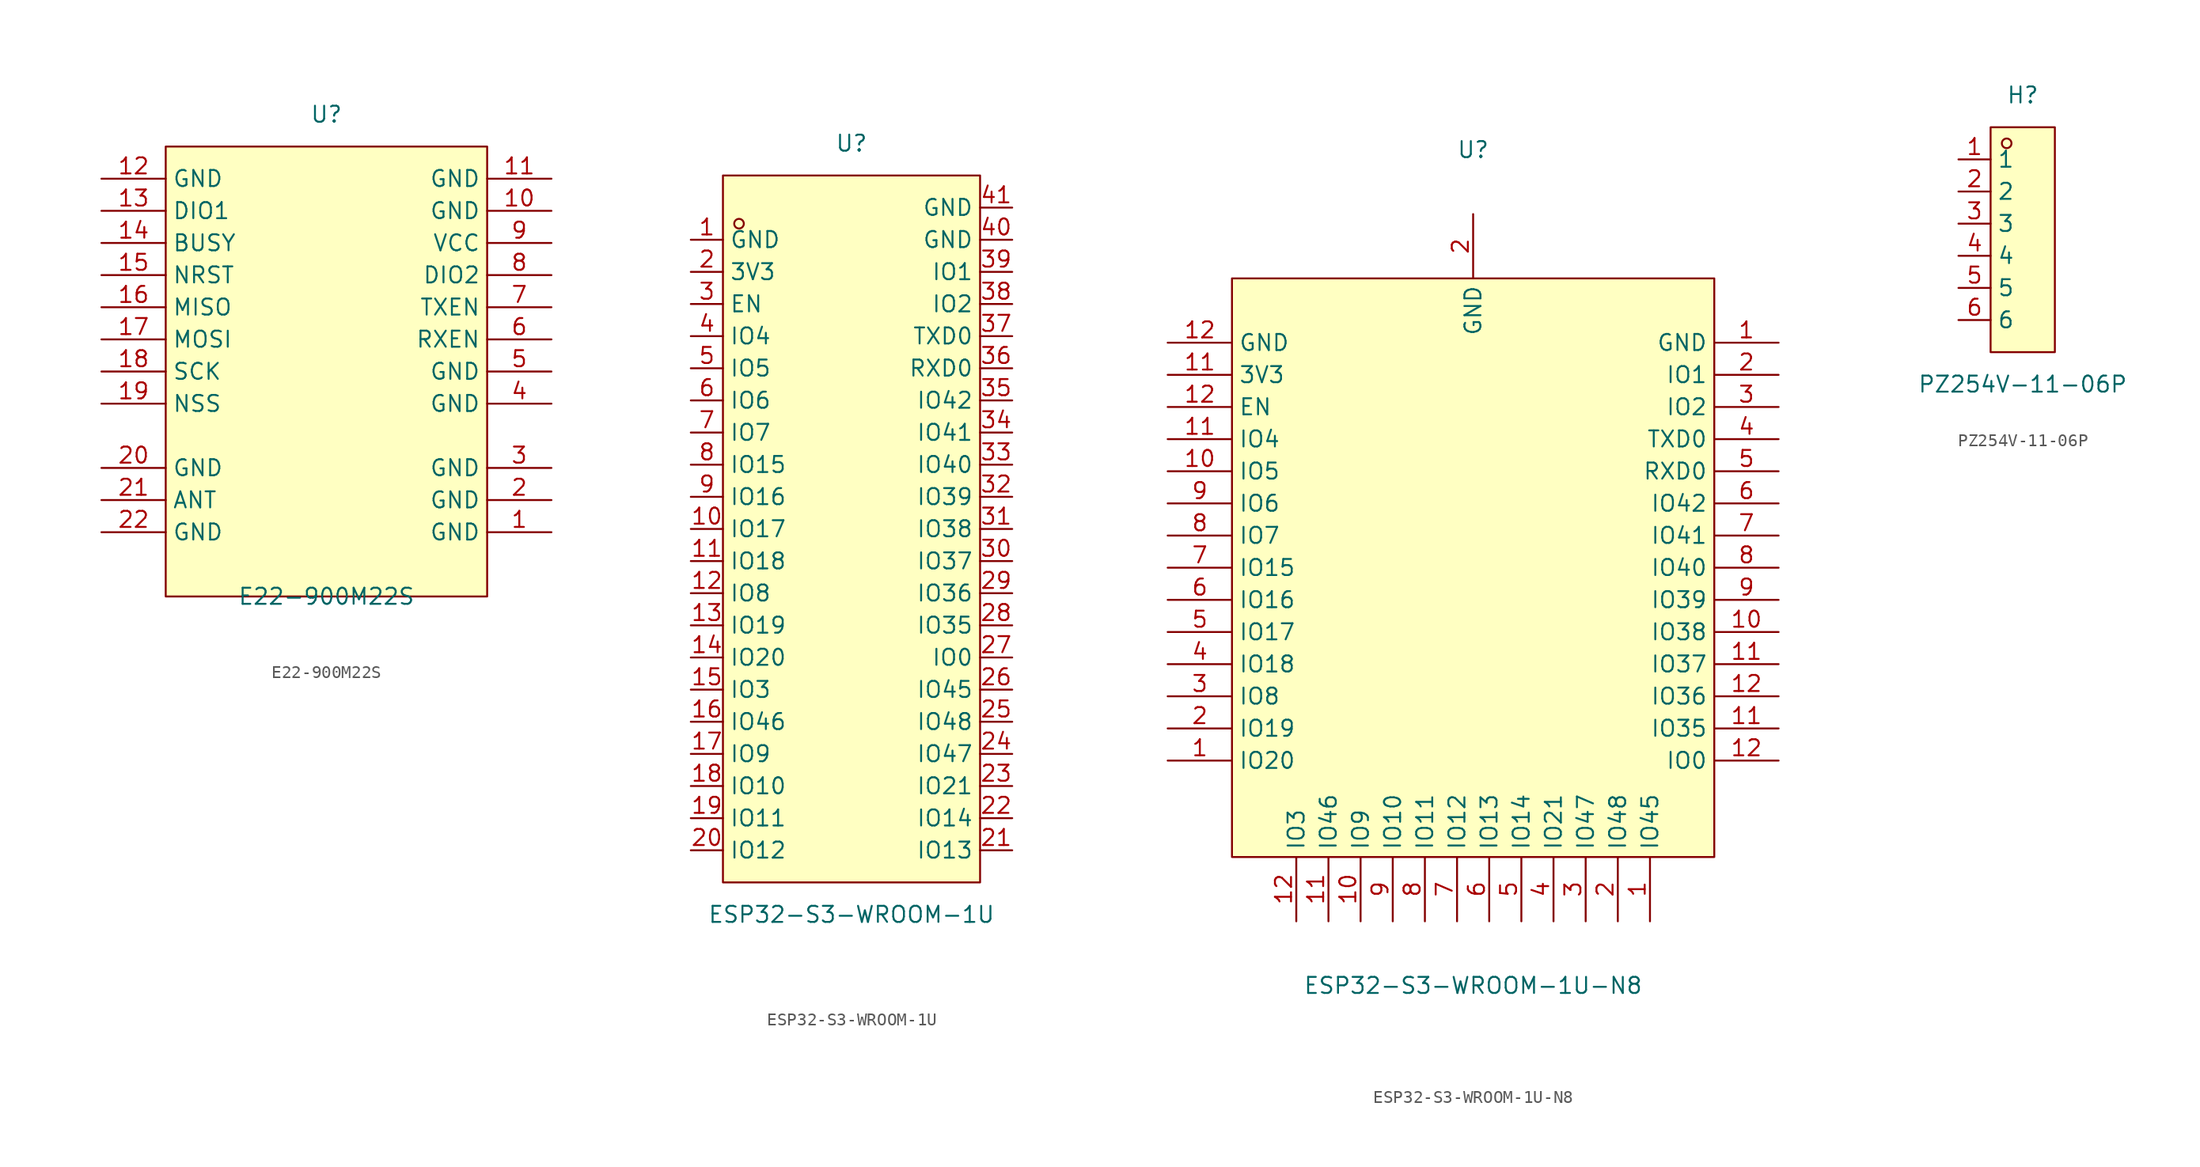
<source format=kicad_sym>
(kicad_symbol_lib
  (version 20211014)
  (generator https://github.com/uPesy/easyeda2kicad.py)
  (symbol "E22-900M22S"
    (property "Reference" "U"
      (at 0 20.32 0)
      (effects (font (size 1.27 1.27))))
    (property "Value" "E22-900M22S"
      (at 0 -17.78 0)
      (effects (font (size 1.27 1.27))))
    (symbol "E22-900M22S_0_1"
      (rectangle (start -12.70 17.78) (end 12.70 -17.78) (stroke (width 0) (type default) (color 0 0 0 0)) (fill (type background)))
      (pin unspecified line (at -17.78 -12.70 0) (length 5.08) (name "GND" (effects (font (size 1.27 1.27)))) (number "22" (effects (font (size 1.27 1.27)))))
      (pin unspecified line (at -17.78 -10.16 0) (length 5.08) (name "ANT" (effects (font (size 1.27 1.27)))) (number "21" (effects (font (size 1.27 1.27)))))
      (pin unspecified line (at -17.78 -7.62 0) (length 5.08) (name "GND" (effects (font (size 1.27 1.27)))) (number "20" (effects (font (size 1.27 1.27)))))
      (pin unspecified line (at -17.78 -2.54 0) (length 5.08) (name "NSS" (effects (font (size 1.27 1.27)))) (number "19" (effects (font (size 1.27 1.27)))))
      (pin unspecified line (at -17.78 -0.00 0) (length 5.08) (name "SCK" (effects (font (size 1.27 1.27)))) (number "18" (effects (font (size 1.27 1.27)))))
      (pin unspecified line (at -17.78 2.54 0) (length 5.08) (name "MOSI" (effects (font (size 1.27 1.27)))) (number "17" (effects (font (size 1.27 1.27)))))
      (pin unspecified line (at -17.78 5.08 0) (length 5.08) (name "MISO" (effects (font (size 1.27 1.27)))) (number "16" (effects (font (size 1.27 1.27)))))
      (pin unspecified line (at -17.78 7.62 0) (length 5.08) (name "NRST" (effects (font (size 1.27 1.27)))) (number "15" (effects (font (size 1.27 1.27)))))
      (pin unspecified line (at -17.78 10.16 0) (length 5.08) (name "BUSY" (effects (font (size 1.27 1.27)))) (number "14" (effects (font (size 1.27 1.27)))))
      (pin unspecified line (at -17.78 12.70 0) (length 5.08) (name "DIO1" (effects (font (size 1.27 1.27)))) (number "13" (effects (font (size 1.27 1.27)))))
      (pin unspecified line (at -17.78 15.24 0) (length 5.08) (name "GND" (effects (font (size 1.27 1.27)))) (number "12" (effects (font (size 1.27 1.27)))))
      (pin unspecified line (at 17.78 15.24 180) (length 5.08) (name "GND" (effects (font (size 1.27 1.27)))) (number "11" (effects (font (size 1.27 1.27)))))
      (pin unspecified line (at 17.78 12.70 180) (length 5.08) (name "GND" (effects (font (size 1.27 1.27)))) (number "10" (effects (font (size 1.27 1.27)))))
      (pin unspecified line (at 17.78 10.16 180) (length 5.08) (name "VCC" (effects (font (size 1.27 1.27)))) (number "9" (effects (font (size 1.27 1.27)))))
      (pin unspecified line (at 17.78 7.62 180) (length 5.08) (name "DIO2" (effects (font (size 1.27 1.27)))) (number "8" (effects (font (size 1.27 1.27)))))
      (pin unspecified line (at 17.78 5.08 180) (length 5.08) (name "TXEN" (effects (font (size 1.27 1.27)))) (number "7" (effects (font (size 1.27 1.27)))))
      (pin unspecified line (at 17.78 2.54 180) (length 5.08) (name "RXEN" (effects (font (size 1.27 1.27)))) (number "6" (effects (font (size 1.27 1.27)))))
      (pin unspecified line (at 17.78 -0.00 180) (length 5.08) (name "GND" (effects (font (size 1.27 1.27)))) (number "5" (effects (font (size 1.27 1.27)))))
      (pin unspecified line (at 17.78 -2.54 180) (length 5.08) (name "GND" (effects (font (size 1.27 1.27)))) (number "4" (effects (font (size 1.27 1.27)))))
      (pin unspecified line (at 17.78 -7.62 180) (length 5.08) (name "GND" (effects (font (size 1.27 1.27)))) (number "3" (effects (font (size 1.27 1.27)))))
      (pin unspecified line (at 17.78 -10.16 180) (length 5.08) (name "GND" (effects (font (size 1.27 1.27)))) (number "2" (effects (font (size 1.27 1.27)))))
      (pin unspecified line (at 17.78 -12.70 180) (length 5.08) (name "GND" (effects (font (size 1.27 1.27)))) (number "1" (effects (font (size 1.27 1.27)))))))
  (symbol "ESP32-S3-WROOM-1U"
    (property "Reference" "U"
      (at 0 30.48 0)
      (effects (font (size 1.27 1.27))))
    (property "Value" "ESP32-S3-WROOM-1U"
      (at 0 -30.48 0)
      (effects (font (size 1.27 1.27))))
    (symbol "ESP32-S3-WROOM-1U_0_1"
      (rectangle (start -10.16 27.94) (end 10.16 -27.94) (stroke (width 0) (type default) (color 0 0 0 0)) (fill (type background)))
      (circle (center -8.89 24.13) (radius 0.38) (stroke (width 0) (type default) (color 0 0 0 0)) (fill (type none)))
      (pin unspecified line (at 12.70 25.40 180) (length 2.54) (name "GND" (effects (font (size 1.27 1.27)))) (number "41" (effects (font (size 1.27 1.27)))))
      (pin unspecified line (at 12.70 22.86 180) (length 2.54) (name "GND" (effects (font (size 1.27 1.27)))) (number "40" (effects (font (size 1.27 1.27)))))
      (pin unspecified line (at 12.70 20.32 180) (length 2.54) (name "IO1" (effects (font (size 1.27 1.27)))) (number "39" (effects (font (size 1.27 1.27)))))
      (pin unspecified line (at 12.70 17.78 180) (length 2.54) (name "IO2" (effects (font (size 1.27 1.27)))) (number "38" (effects (font (size 1.27 1.27)))))
      (pin unspecified line (at 12.70 15.24 180) (length 2.54) (name "TXD0" (effects (font (size 1.27 1.27)))) (number "37" (effects (font (size 1.27 1.27)))))
      (pin unspecified line (at 12.70 12.70 180) (length 2.54) (name "RXD0" (effects (font (size 1.27 1.27)))) (number "36" (effects (font (size 1.27 1.27)))))
      (pin unspecified line (at 12.70 10.16 180) (length 2.54) (name "IO42" (effects (font (size 1.27 1.27)))) (number "35" (effects (font (size 1.27 1.27)))))
      (pin unspecified line (at 12.70 7.62 180) (length 2.54) (name "IO41" (effects (font (size 1.27 1.27)))) (number "34" (effects (font (size 1.27 1.27)))))
      (pin unspecified line (at 12.70 5.08 180) (length 2.54) (name "IO40" (effects (font (size 1.27 1.27)))) (number "33" (effects (font (size 1.27 1.27)))))
      (pin unspecified line (at 12.70 2.54 180) (length 2.54) (name "IO39" (effects (font (size 1.27 1.27)))) (number "32" (effects (font (size 1.27 1.27)))))
      (pin unspecified line (at 12.70 -0.00 180) (length 2.54) (name "IO38" (effects (font (size 1.27 1.27)))) (number "31" (effects (font (size 1.27 1.27)))))
      (pin unspecified line (at 12.70 -2.54 180) (length 2.54) (name "IO37" (effects (font (size 1.27 1.27)))) (number "30" (effects (font (size 1.27 1.27)))))
      (pin unspecified line (at 12.70 -5.08 180) (length 2.54) (name "IO36" (effects (font (size 1.27 1.27)))) (number "29" (effects (font (size 1.27 1.27)))))
      (pin unspecified line (at 12.70 -7.62 180) (length 2.54) (name "IO35" (effects (font (size 1.27 1.27)))) (number "28" (effects (font (size 1.27 1.27)))))
      (pin unspecified line (at 12.70 -10.16 180) (length 2.54) (name "IO0" (effects (font (size 1.27 1.27)))) (number "27" (effects (font (size 1.27 1.27)))))
      (pin unspecified line (at 12.70 -12.70 180) (length 2.54) (name "IO45" (effects (font (size 1.27 1.27)))) (number "26" (effects (font (size 1.27 1.27)))))
      (pin unspecified line (at 12.70 -15.24 180) (length 2.54) (name "IO48" (effects (font (size 1.27 1.27)))) (number "25" (effects (font (size 1.27 1.27)))))
      (pin unspecified line (at 12.70 -17.78 180) (length 2.54) (name "IO47" (effects (font (size 1.27 1.27)))) (number "24" (effects (font (size 1.27 1.27)))))
      (pin unspecified line (at 12.70 -20.32 180) (length 2.54) (name "IO21" (effects (font (size 1.27 1.27)))) (number "23" (effects (font (size 1.27 1.27)))))
      (pin unspecified line (at 12.70 -22.86 180) (length 2.54) (name "IO14" (effects (font (size 1.27 1.27)))) (number "22" (effects (font (size 1.27 1.27)))))
      (pin unspecified line (at 12.70 -25.40 180) (length 2.54) (name "IO13" (effects (font (size 1.27 1.27)))) (number "21" (effects (font (size 1.27 1.27)))))
      (pin unspecified line (at -12.70 -25.40 0) (length 2.54) (name "IO12" (effects (font (size 1.27 1.27)))) (number "20" (effects (font (size 1.27 1.27)))))
      (pin unspecified line (at -12.70 -22.86 0) (length 2.54) (name "IO11" (effects (font (size 1.27 1.27)))) (number "19" (effects (font (size 1.27 1.27)))))
      (pin unspecified line (at -12.70 -20.32 0) (length 2.54) (name "IO10" (effects (font (size 1.27 1.27)))) (number "18" (effects (font (size 1.27 1.27)))))
      (pin unspecified line (at -12.70 -17.78 0) (length 2.54) (name "IO9" (effects (font (size 1.27 1.27)))) (number "17" (effects (font (size 1.27 1.27)))))
      (pin unspecified line (at -12.70 -15.24 0) (length 2.54) (name "IO46" (effects (font (size 1.27 1.27)))) (number "16" (effects (font (size 1.27 1.27)))))
      (pin unspecified line (at -12.70 -12.70 0) (length 2.54) (name "IO3" (effects (font (size 1.27 1.27)))) (number "15" (effects (font (size 1.27 1.27)))))
      (pin unspecified line (at -12.70 -10.16 0) (length 2.54) (name "IO20" (effects (font (size 1.27 1.27)))) (number "14" (effects (font (size 1.27 1.27)))))
      (pin unspecified line (at -12.70 -7.62 0) (length 2.54) (name "IO19" (effects (font (size 1.27 1.27)))) (number "13" (effects (font (size 1.27 1.27)))))
      (pin unspecified line (at -12.70 -5.08 0) (length 2.54) (name "IO8" (effects (font (size 1.27 1.27)))) (number "12" (effects (font (size 1.27 1.27)))))
      (pin unspecified line (at -12.70 -2.54 0) (length 2.54) (name "IO18" (effects (font (size 1.27 1.27)))) (number "11" (effects (font (size 1.27 1.27)))))
      (pin unspecified line (at -12.70 -0.00 0) (length 2.54) (name "IO17" (effects (font (size 1.27 1.27)))) (number "10" (effects (font (size 1.27 1.27)))))
      (pin unspecified line (at -12.70 2.54 0) (length 2.54) (name "IO16" (effects (font (size 1.27 1.27)))) (number "9" (effects (font (size 1.27 1.27)))))
      (pin unspecified line (at -12.70 5.08 0) (length 2.54) (name "IO15" (effects (font (size 1.27 1.27)))) (number "8" (effects (font (size 1.27 1.27)))))
      (pin unspecified line (at -12.70 7.62 0) (length 2.54) (name "IO7" (effects (font (size 1.27 1.27)))) (number "7" (effects (font (size 1.27 1.27)))))
      (pin unspecified line (at -12.70 10.16 0) (length 2.54) (name "IO6" (effects (font (size 1.27 1.27)))) (number "6" (effects (font (size 1.27 1.27)))))
      (pin unspecified line (at -12.70 12.70 0) (length 2.54) (name "IO5" (effects (font (size 1.27 1.27)))) (number "5" (effects (font (size 1.27 1.27)))))
      (pin unspecified line (at -12.70 15.24 0) (length 2.54) (name "IO4" (effects (font (size 1.27 1.27)))) (number "4" (effects (font (size 1.27 1.27)))))
      (pin unspecified line (at -12.70 17.78 0) (length 2.54) (name "EN" (effects (font (size 1.27 1.27)))) (number "3" (effects (font (size 1.27 1.27)))))
      (pin unspecified line (at -12.70 20.32 0) (length 2.54) (name "3V3" (effects (font (size 1.27 1.27)))) (number "2" (effects (font (size 1.27 1.27)))))
      (pin unspecified line (at -12.70 22.86 0) (length 2.54) (name "GND" (effects (font (size 1.27 1.27)))) (number "1" (effects (font (size 1.27 1.27)))))))
  (symbol "ESP32-S3-WROOM-1U-N8"
    (property "Reference" "U"
      (at 0 33.02 0)
      (effects (font (size 1.27 1.27))))
    (property "Value" "ESP32-S3-WROOM-1U-N8"
      (at 0 -33.02 0)
      (effects (font (size 1.27 1.27))))
    (symbol "ESP32-S3-WROOM-1U-N8_0_1"
      (rectangle (start -19.05 22.86) (end 19.05 -22.86) (stroke (width 0) (type default) (color 0 0 0 0)) (fill (type background)))
      (pin power_in line (at 0.00 27.94 270) (length 5.08) (name "GND" (effects (font (size 1.27 1.27)))) (number "2" (effects (font (size 1.27 1.27)))))
      (pin unspecified line (at -24.13 -15.24 0) (length 5.08) (name "IO20" (effects (font (size 1.27 1.27)))) (number "1" (effects (font (size 1.27 1.27)))))
      (pin unspecified line (at -24.13 -12.70 0) (length 5.08) (name "IO19" (effects (font (size 1.27 1.27)))) (number "2" (effects (font (size 1.27 1.27)))))
      (pin unspecified line (at -24.13 -10.16 0) (length 5.08) (name "IO8" (effects (font (size 1.27 1.27)))) (number "3" (effects (font (size 1.27 1.27)))))
      (pin unspecified line (at -24.13 -7.62 0) (length 5.08) (name "IO18" (effects (font (size 1.27 1.27)))) (number "4" (effects (font (size 1.27 1.27)))))
      (pin unspecified line (at -24.13 -5.08 0) (length 5.08) (name "IO17" (effects (font (size 1.27 1.27)))) (number "5" (effects (font (size 1.27 1.27)))))
      (pin unspecified line (at -24.13 -2.54 0) (length 5.08) (name "IO16" (effects (font (size 1.27 1.27)))) (number "6" (effects (font (size 1.27 1.27)))))
      (pin unspecified line (at -24.13 -0.00 0) (length 5.08) (name "IO15" (effects (font (size 1.27 1.27)))) (number "7" (effects (font (size 1.27 1.27)))))
      (pin unspecified line (at -24.13 2.54 0) (length 5.08) (name "IO7" (effects (font (size 1.27 1.27)))) (number "8" (effects (font (size 1.27 1.27)))))
      (pin unspecified line (at -24.13 5.08 0) (length 5.08) (name "IO6" (effects (font (size 1.27 1.27)))) (number "9" (effects (font (size 1.27 1.27)))))
      (pin unspecified line (at -24.13 7.62 0) (length 5.08) (name "IO5" (effects (font (size 1.27 1.27)))) (number "10" (effects (font (size 1.27 1.27)))))
      (pin unspecified line (at -24.13 10.16 0) (length 5.08) (name "IO4" (effects (font (size 1.27 1.27)))) (number "11" (effects (font (size 1.27 1.27)))))
      (pin unspecified line (at -24.13 12.70 0) (length 5.08) (name "EN" (effects (font (size 1.27 1.27)))) (number "12" (effects (font (size 1.27 1.27)))))
      (pin power_in line (at -24.13 15.24 0) (length 5.08) (name "3V3" (effects (font (size 1.27 1.27)))) (number "11" (effects (font (size 1.27 1.27)))))
      (pin power_in line (at -24.13 17.78 0) (length 5.08) (name "GND" (effects (font (size 1.27 1.27)))) (number "12" (effects (font (size 1.27 1.27)))))
      (pin unspecified line (at 13.97 -27.94 90) (length 5.08) (name "IO45" (effects (font (size 1.27 1.27)))) (number "1" (effects (font (size 1.27 1.27)))))
      (pin unspecified line (at 11.43 -27.94 90) (length 5.08) (name "IO48" (effects (font (size 1.27 1.27)))) (number "2" (effects (font (size 1.27 1.27)))))
      (pin unspecified line (at 8.89 -27.94 90) (length 5.08) (name "IO47" (effects (font (size 1.27 1.27)))) (number "3" (effects (font (size 1.27 1.27)))))
      (pin unspecified line (at 6.35 -27.94 90) (length 5.08) (name "IO21" (effects (font (size 1.27 1.27)))) (number "4" (effects (font (size 1.27 1.27)))))
      (pin unspecified line (at 3.81 -27.94 90) (length 5.08) (name "IO14" (effects (font (size 1.27 1.27)))) (number "5" (effects (font (size 1.27 1.27)))))
      (pin unspecified line (at 1.27 -27.94 90) (length 5.08) (name "IO13" (effects (font (size 1.27 1.27)))) (number "6" (effects (font (size 1.27 1.27)))))
      (pin unspecified line (at -1.27 -27.94 90) (length 5.08) (name "IO12" (effects (font (size 1.27 1.27)))) (number "7" (effects (font (size 1.27 1.27)))))
      (pin unspecified line (at -3.81 -27.94 90) (length 5.08) (name "IO11" (effects (font (size 1.27 1.27)))) (number "8" (effects (font (size 1.27 1.27)))))
      (pin unspecified line (at -6.35 -27.94 90) (length 5.08) (name "IO10" (effects (font (size 1.27 1.27)))) (number "9" (effects (font (size 1.27 1.27)))))
      (pin unspecified line (at -8.89 -27.94 90) (length 5.08) (name "IO9" (effects (font (size 1.27 1.27)))) (number "10" (effects (font (size 1.27 1.27)))))
      (pin unspecified line (at -11.43 -27.94 90) (length 5.08) (name "IO46" (effects (font (size 1.27 1.27)))) (number "11" (effects (font (size 1.27 1.27)))))
      (pin unspecified line (at -13.97 -27.94 90) (length 5.08) (name "IO3" (effects (font (size 1.27 1.27)))) (number "12" (effects (font (size 1.27 1.27)))))
      (pin unspecified line (at 24.13 -15.24 180) (length 5.08) (name "IO0" (effects (font (size 1.27 1.27)))) (number "12" (effects (font (size 1.27 1.27)))))
      (pin unspecified line (at 24.13 -12.70 180) (length 5.08) (name "IO35" (effects (font (size 1.27 1.27)))) (number "11" (effects (font (size 1.27 1.27)))))
      (pin unspecified line (at 24.13 -10.16 180) (length 5.08) (name "IO36" (effects (font (size 1.27 1.27)))) (number "12" (effects (font (size 1.27 1.27)))))
      (pin unspecified line (at 24.13 -7.62 180) (length 5.08) (name "IO37" (effects (font (size 1.27 1.27)))) (number "11" (effects (font (size 1.27 1.27)))))
      (pin unspecified line (at 24.13 -5.08 180) (length 5.08) (name "IO38" (effects (font (size 1.27 1.27)))) (number "10" (effects (font (size 1.27 1.27)))))
      (pin unspecified line (at 24.13 -2.54 180) (length 5.08) (name "IO39" (effects (font (size 1.27 1.27)))) (number "9" (effects (font (size 1.27 1.27)))))
      (pin unspecified line (at 24.13 -0.00 180) (length 5.08) (name "IO40" (effects (font (size 1.27 1.27)))) (number "8" (effects (font (size 1.27 1.27)))))
      (pin unspecified line (at 24.13 2.54 180) (length 5.08) (name "IO41" (effects (font (size 1.27 1.27)))) (number "7" (effects (font (size 1.27 1.27)))))
      (pin unspecified line (at 24.13 5.08 180) (length 5.08) (name "IO42" (effects (font (size 1.27 1.27)))) (number "6" (effects (font (size 1.27 1.27)))))
      (pin unspecified line (at 24.13 7.62 180) (length 5.08) (name "RXD0" (effects (font (size 1.27 1.27)))) (number "5" (effects (font (size 1.27 1.27)))))
      (pin unspecified line (at 24.13 10.16 180) (length 5.08) (name "TXD0" (effects (font (size 1.27 1.27)))) (number "4" (effects (font (size 1.27 1.27)))))
      (pin unspecified line (at 24.13 12.70 180) (length 5.08) (name "IO2" (effects (font (size 1.27 1.27)))) (number "3" (effects (font (size 1.27 1.27)))))
      (pin unspecified line (at 24.13 15.24 180) (length 5.08) (name "IO1" (effects (font (size 1.27 1.27)))) (number "2" (effects (font (size 1.27 1.27)))))
      (pin power_in line (at 24.13 17.78 180) (length 5.08) (name "GND" (effects (font (size 1.27 1.27)))) (number "1" (effects (font (size 1.27 1.27)))))))
  (symbol "PZ254V-11-06P"
    (property "Reference" "H"
      (at 0 11.43 0)
      (effects (font (size 1.27 1.27))))
    (property "Value" "PZ254V-11-06P"
      (at 0 -11.43 0)
      (effects (font (size 1.27 1.27))))
    (symbol "PZ254V-11-06P_0_1"
      (rectangle (start -2.54 8.89) (end 2.54 -8.89) (stroke (width 0) (type default) (color 0 0 0 0)) (fill (type background)))
      (circle (center -1.27 7.62) (radius 0.38) (stroke (width 0) (type default) (color 0 0 0 0)) (fill (type none)))
      (pin unspecified line (at -5.08 6.35 0) (length 2.54) (name "1" (effects (font (size 1.27 1.27)))) (number "1" (effects (font (size 1.27 1.27)))))
      (pin unspecified line (at -5.08 3.81 0) (length 2.54) (name "2" (effects (font (size 1.27 1.27)))) (number "2" (effects (font (size 1.27 1.27)))))
      (pin unspecified line (at -5.08 1.27 0) (length 2.54) (name "3" (effects (font (size 1.27 1.27)))) (number "3" (effects (font (size 1.27 1.27)))))
      (pin unspecified line (at -5.08 -1.27 0) (length 2.54) (name "4" (effects (font (size 1.27 1.27)))) (number "4" (effects (font (size 1.27 1.27)))))
      (pin unspecified line (at -5.08 -3.81 0) (length 2.54) (name "5" (effects (font (size 1.27 1.27)))) (number "5" (effects (font (size 1.27 1.27)))))
      (pin unspecified line (at -5.08 -6.35 0) (length 2.54) (name "6" (effects (font (size 1.27 1.27)))) (number "6" (effects (font (size 1.27 1.27))))))))
</source>
